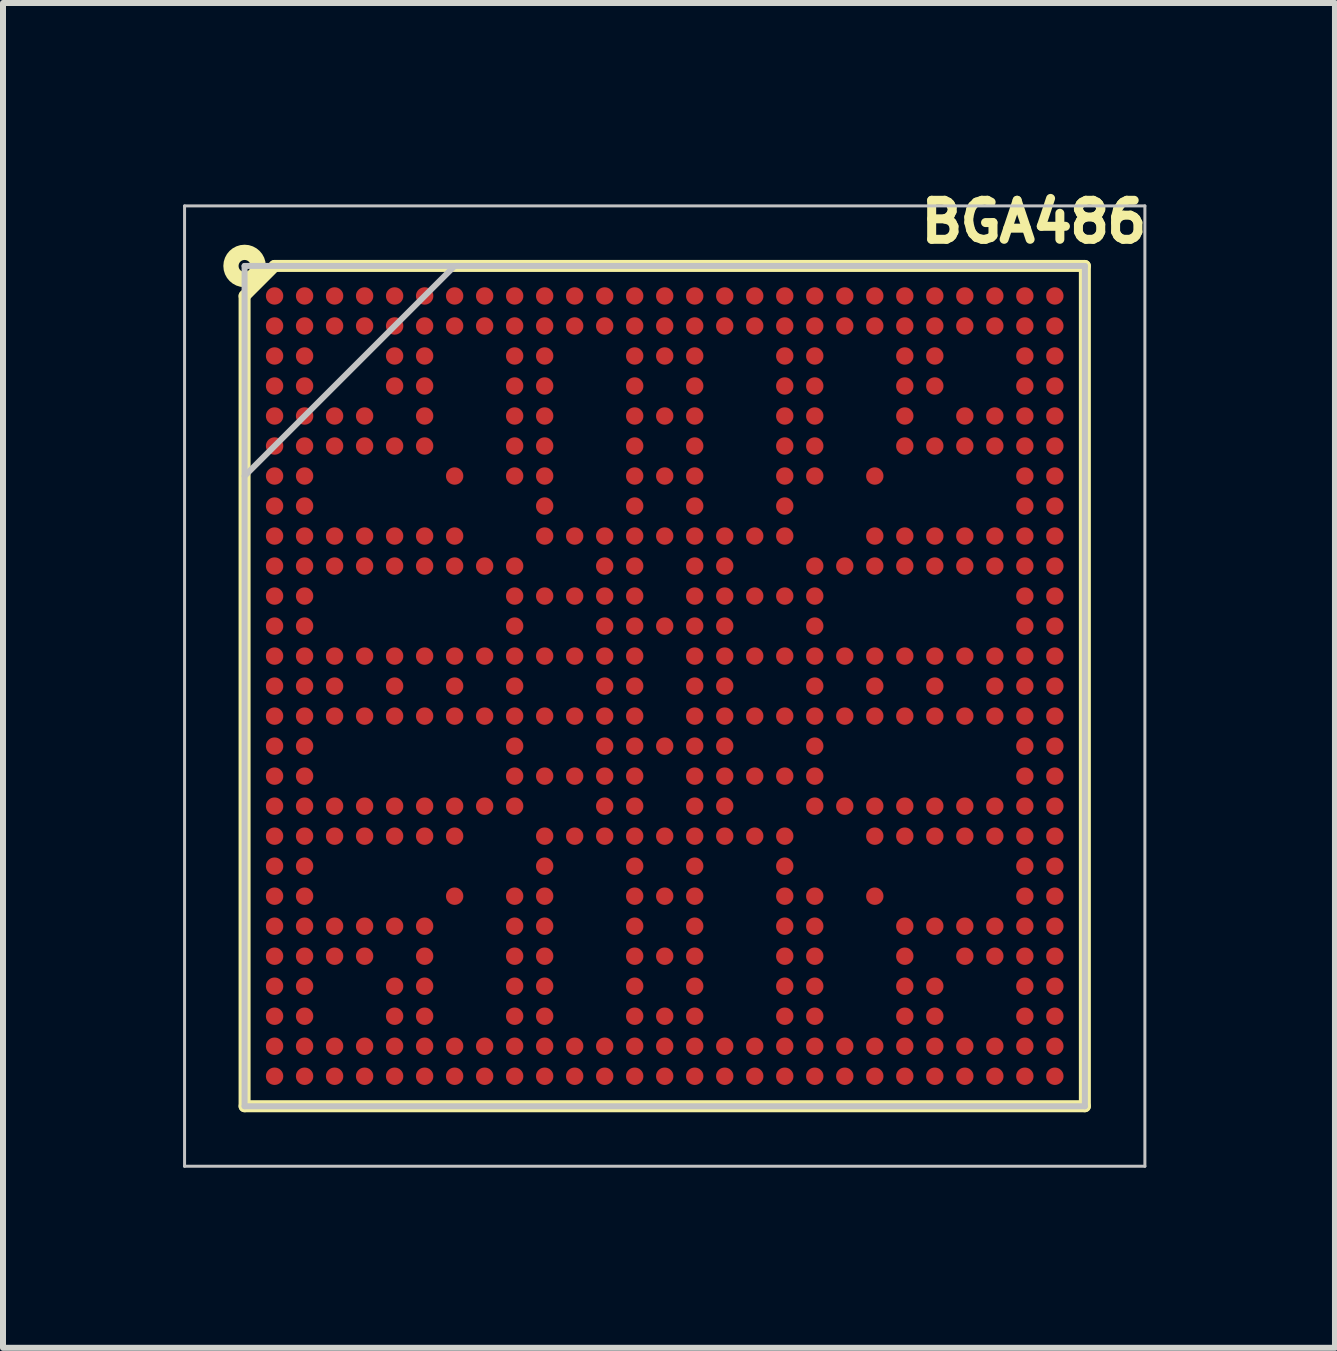
<source format=kicad_pcb>
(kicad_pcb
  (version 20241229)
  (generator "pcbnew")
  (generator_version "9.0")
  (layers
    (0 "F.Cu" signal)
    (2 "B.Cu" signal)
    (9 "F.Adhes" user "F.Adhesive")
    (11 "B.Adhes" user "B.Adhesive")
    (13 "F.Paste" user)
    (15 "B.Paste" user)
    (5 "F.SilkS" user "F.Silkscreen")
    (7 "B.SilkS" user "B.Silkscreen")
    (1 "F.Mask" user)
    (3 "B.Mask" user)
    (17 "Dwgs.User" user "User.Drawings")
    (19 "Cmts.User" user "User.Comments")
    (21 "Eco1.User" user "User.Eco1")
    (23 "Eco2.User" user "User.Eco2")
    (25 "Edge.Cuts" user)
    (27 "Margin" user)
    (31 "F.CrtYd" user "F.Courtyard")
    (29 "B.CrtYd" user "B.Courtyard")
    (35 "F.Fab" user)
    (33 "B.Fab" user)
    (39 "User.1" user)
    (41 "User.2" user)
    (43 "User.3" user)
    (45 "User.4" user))
  (footprint "BGA486"
    (layer "F.Cu")
    (at 8.025 8.381)
    (property "Reference" "BGA486" (at 6.15 -7.737 0) (layer "F.SilkS") (effects (font (size 0.65 0.65) (thickness 0.15) (bold yes))))
    (attr smd)
    (fp_line (start -7 -6.5) (end -6.5 -7) (stroke (width 0.2) (type solid)) (layer "F.SilkS"))
    (fp_line (start -7 7) (end -7 -6.5) (stroke (width 0.2) (type solid)) (layer "F.SilkS"))
    (fp_line (start -6.5 -7) (end 7 -7) (stroke (width 0.2) (type solid)) (layer "F.SilkS"))
    (fp_line (start 7 -7) (end 7 7) (stroke (width 0.2) (type solid)) (layer "F.SilkS"))
    (fp_line (start 7 7) (end -7 7) (stroke (width 0.2) (type solid)) (layer "F.SilkS"))
    (fp_circle (center -7 -7) (end -6.9 -7) (stroke (width 0.254) (type solid)) (fill no) (layer "F.SilkS"))
    (fp_line (start -8 -8) (end 8 -8) (stroke (width 0.05) (type solid)) (layer "Dwgs.User"))
    (fp_line (start -8 8) (end -8 -8) (stroke (width 0.05) (type solid)) (layer "Dwgs.User"))
    (fp_line (start -7 -7) (end 7 -7) (stroke (width 0.1) (type solid)) (layer "Dwgs.User"))
    (fp_line (start -7 -3.5) (end -3.5 -7) (stroke (width 0.1) (type solid)) (layer "Dwgs.User"))
    (fp_line (start -7 7) (end -7 -7) (stroke (width 0.1) (type solid)) (layer "Dwgs.User"))
    (fp_line (start 7 -7) (end 7 7) (stroke (width 0.1) (type solid)) (layer "Dwgs.User"))
    (fp_line (start 7 7) (end -7 7) (stroke (width 0.1) (type solid)) (layer "Dwgs.User"))
    (fp_line (start 8 -8) (end 8 8) (stroke (width 0.05) (type solid)) (layer "Dwgs.User"))
    (fp_line (start 8 8) (end -8 8) (stroke (width 0.05) (type solid)) (layer "Dwgs.User"))
    (fp_rect (start -7 -7) (end 7 7) (stroke (width 0.05) (type solid)) (fill no) (layer "F.CrtYd"))
    (pad "A1" smd circle (at -6.5 -6.5 90) (size 0.29 0.29) (layers "F.Cu" "F.Mask" "F.Paste"))
    (pad "A2" smd circle (at -6 -6.5 90) (size 0.29 0.29) (layers "F.Cu" "F.Mask" "F.Paste"))
    (pad "A3" smd circle (at -5.5 -6.5 90) (size 0.29 0.29) (layers "F.Cu" "F.Mask" "F.Paste"))
    (pad "A4" smd circle (at -5 -6.5 90) (size 0.29 0.29) (layers "F.Cu" "F.Mask" "F.Paste"))
    (pad "A5" smd circle (at -4.5 -6.5 90) (size 0.29 0.29) (layers "F.Cu" "F.Mask" "F.Paste"))
    (pad "A6" smd circle (at -4 -6.5 90) (size 0.29 0.29) (layers "F.Cu" "F.Mask" "F.Paste"))
    (pad "A7" smd circle (at -3.5 -6.5 90) (size 0.29 0.29) (layers "F.Cu" "F.Mask" "F.Paste"))
    (pad "A8" smd circle (at -3 -6.5 90) (size 0.29 0.29) (layers "F.Cu" "F.Mask" "F.Paste"))
    (pad "A9" smd circle (at -2.5 -6.5 90) (size 0.29 0.29) (layers "F.Cu" "F.Mask" "F.Paste"))
    (pad "A10" smd circle (at -2 -6.5 90) (size 0.29 0.29) (layers "F.Cu" "F.Mask" "F.Paste"))
    (pad "A11" smd circle (at -1.5 -6.5 90) (size 0.29 0.29) (layers "F.Cu" "F.Mask" "F.Paste"))
    (pad "A12" smd circle (at -1 -6.5 90) (size 0.29 0.29) (layers "F.Cu" "F.Mask" "F.Paste"))
    (pad "A13" smd circle (at -0.5 -6.5 90) (size 0.29 0.29) (layers "F.Cu" "F.Mask" "F.Paste"))
    (pad "A14" smd circle (at 0 -6.5 90) (size 0.29 0.29) (layers "F.Cu" "F.Mask" "F.Paste"))
    (pad "A15" smd circle (at 0.5 -6.5 90) (size 0.29 0.29) (layers "F.Cu" "F.Mask" "F.Paste"))
    (pad "A16" smd circle (at 1 -6.5 90) (size 0.29 0.29) (layers "F.Cu" "F.Mask" "F.Paste"))
    (pad "A17" smd circle (at 1.5 -6.5 90) (size 0.29 0.29) (layers "F.Cu" "F.Mask" "F.Paste"))
    (pad "A18" smd circle (at 2 -6.5 90) (size 0.29 0.29) (layers "F.Cu" "F.Mask" "F.Paste"))
    (pad "A19" smd circle (at 2.5 -6.5 90) (size 0.29 0.29) (layers "F.Cu" "F.Mask" "F.Paste"))
    (pad "A20" smd circle (at 3 -6.5 90) (size 0.29 0.29) (layers "F.Cu" "F.Mask" "F.Paste"))
    (pad "A21" smd circle (at 3.5 -6.5 90) (size 0.29 0.29) (layers "F.Cu" "F.Mask" "F.Paste"))
    (pad "A22" smd circle (at 4 -6.5 90) (size 0.29 0.29) (layers "F.Cu" "F.Mask" "F.Paste"))
    (pad "A23" smd circle (at 4.5 -6.5 90) (size 0.29 0.29) (layers "F.Cu" "F.Mask" "F.Paste"))
    (pad "A24" smd circle (at 5 -6.5 90) (size 0.29 0.29) (layers "F.Cu" "F.Mask" "F.Paste"))
    (pad "A25" smd circle (at 5.5 -6.5 90) (size 0.29 0.29) (layers "F.Cu" "F.Mask" "F.Paste"))
    (pad "A26" smd circle (at 6 -6.5 90) (size 0.29 0.29) (layers "F.Cu" "F.Mask" "F.Paste"))
    (pad "A27" smd circle (at 6.5 -6.5 90) (size 0.29 0.29) (layers "F.Cu" "F.Mask" "F.Paste"))
    (pad "AA1" smd circle (at -6.5 3.5 90) (size 0.29 0.29) (layers "F.Cu" "F.Mask" "F.Paste"))
    (pad "AA2" smd circle (at -6 3.5 90) (size 0.29 0.29) (layers "F.Cu" "F.Mask" "F.Paste"))
    (pad "AA7" smd circle (at -3.5 3.5 90) (size 0.29 0.29) (layers "F.Cu" "F.Mask" "F.Paste"))
    (pad "AA9" smd circle (at -2.5 3.5 90) (size 0.29 0.29) (layers "F.Cu" "F.Mask" "F.Paste"))
    (pad "AA10" smd circle (at -2 3.5 90) (size 0.29 0.29) (layers "F.Cu" "F.Mask" "F.Paste"))
    (pad "AA13" smd circle (at -0.5 3.5 90) (size 0.29 0.29) (layers "F.Cu" "F.Mask" "F.Paste"))
    (pad "AA14" smd circle (at 0 3.5 90) (size 0.29 0.29) (layers "F.Cu" "F.Mask" "F.Paste"))
    (pad "AA15" smd circle (at 0.5 3.5 90) (size 0.29 0.29) (layers "F.Cu" "F.Mask" "F.Paste"))
    (pad "AA18" smd circle (at 2 3.5 90) (size 0.29 0.29) (layers "F.Cu" "F.Mask" "F.Paste"))
    (pad "AA19" smd circle (at 2.5 3.5 90) (size 0.29 0.29) (layers "F.Cu" "F.Mask" "F.Paste"))
    (pad "AA21" smd circle (at 3.5 3.5 90) (size 0.29 0.29) (layers "F.Cu" "F.Mask" "F.Paste"))
    (pad "AA26" smd circle (at 6 3.5 90) (size 0.29 0.29) (layers "F.Cu" "F.Mask" "F.Paste"))
    (pad "AA27" smd circle (at 6.5 3.5 90) (size 0.29 0.29) (layers "F.Cu" "F.Mask" "F.Paste"))
    (pad "AB1" smd circle (at -6.5 4 90) (size 0.29 0.29) (layers "F.Cu" "F.Mask" "F.Paste"))
    (pad "AB2" smd circle (at -6 4 90) (size 0.29 0.29) (layers "F.Cu" "F.Mask" "F.Paste"))
    (pad "AB3" smd circle (at -5.5 4 90) (size 0.29 0.29) (layers "F.Cu" "F.Mask" "F.Paste"))
    (pad "AB4" smd circle (at -5 4 90) (size 0.29 0.29) (layers "F.Cu" "F.Mask" "F.Paste"))
    (pad "AB5" smd circle (at -4.5 4 90) (size 0.29 0.29) (layers "F.Cu" "F.Mask" "F.Paste"))
    (pad "AB6" smd circle (at -4 4 90) (size 0.29 0.29) (layers "F.Cu" "F.Mask" "F.Paste"))
    (pad "AB9" smd circle (at -2.5 4 90) (size 0.29 0.29) (layers "F.Cu" "F.Mask" "F.Paste"))
    (pad "AB10" smd circle (at -2 4 90) (size 0.29 0.29) (layers "F.Cu" "F.Mask" "F.Paste"))
    (pad "AB13" smd circle (at -0.5 4 90) (size 0.29 0.29) (layers "F.Cu" "F.Mask" "F.Paste"))
    (pad "AB15" smd circle (at 0.5 4 90) (size 0.29 0.29) (layers "F.Cu" "F.Mask" "F.Paste"))
    (pad "AB18" smd circle (at 2 4 90) (size 0.29 0.29) (layers "F.Cu" "F.Mask" "F.Paste"))
    (pad "AB19" smd circle (at 2.5 4 90) (size 0.29 0.29) (layers "F.Cu" "F.Mask" "F.Paste"))
    (pad "AB22" smd circle (at 4 4 90) (size 0.29 0.29) (layers "F.Cu" "F.Mask" "F.Paste"))
    (pad "AB23" smd circle (at 4.5 4 90) (size 0.29 0.29) (layers "F.Cu" "F.Mask" "F.Paste"))
    (pad "AB24" smd circle (at 5 4 90) (size 0.29 0.29) (layers "F.Cu" "F.Mask" "F.Paste"))
    (pad "AB25" smd circle (at 5.5 4 90) (size 0.29 0.29) (layers "F.Cu" "F.Mask" "F.Paste"))
    (pad "AB26" smd circle (at 6 4 90) (size 0.29 0.29) (layers "F.Cu" "F.Mask" "F.Paste"))
    (pad "AB27" smd circle (at 6.5 4 90) (size 0.29 0.29) (layers "F.Cu" "F.Mask" "F.Paste"))
    (pad "AC1" smd circle (at -6.5 4.5 90) (size 0.29 0.29) (layers "F.Cu" "F.Mask" "F.Paste"))
    (pad "AC2" smd circle (at -6 4.5 90) (size 0.29 0.29) (layers "F.Cu" "F.Mask" "F.Paste"))
    (pad "AC3" smd circle (at -5.5 4.5 90) (size 0.29 0.29) (layers "F.Cu" "F.Mask" "F.Paste"))
    (pad "AC4" smd circle (at -5 4.5 90) (size 0.29 0.29) (layers "F.Cu" "F.Mask" "F.Paste"))
    (pad "AC6" smd circle (at -4 4.5 90) (size 0.29 0.29) (layers "F.Cu" "F.Mask" "F.Paste"))
    (pad "AC9" smd circle (at -2.5 4.5 90) (size 0.29 0.29) (layers "F.Cu" "F.Mask" "F.Paste"))
    (pad "AC10" smd circle (at -2 4.5 90) (size 0.29 0.29) (layers "F.Cu" "F.Mask" "F.Paste"))
    (pad "AC13" smd circle (at -0.5 4.5 90) (size 0.29 0.29) (layers "F.Cu" "F.Mask" "F.Paste"))
    (pad "AC14" smd circle (at 0 4.5 90) (size 0.29 0.29) (layers "F.Cu" "F.Mask" "F.Paste"))
    (pad "AC15" smd circle (at 0.5 4.5 90) (size 0.29 0.29) (layers "F.Cu" "F.Mask" "F.Paste"))
    (pad "AC18" smd circle (at 2 4.5 90) (size 0.29 0.29) (layers "F.Cu" "F.Mask" "F.Paste"))
    (pad "AC19" smd circle (at 2.5 4.5 90) (size 0.29 0.29) (layers "F.Cu" "F.Mask" "F.Paste"))
    (pad "AC22" smd circle (at 4 4.5 90) (size 0.29 0.29) (layers "F.Cu" "F.Mask" "F.Paste"))
    (pad "AC24" smd circle (at 5 4.5 90) (size 0.29 0.29) (layers "F.Cu" "F.Mask" "F.Paste"))
    (pad "AC25" smd circle (at 5.5 4.5 90) (size 0.29 0.29) (layers "F.Cu" "F.Mask" "F.Paste"))
    (pad "AC26" smd circle (at 6 4.5 90) (size 0.29 0.29) (layers "F.Cu" "F.Mask" "F.Paste"))
    (pad "AC27" smd circle (at 6.5 4.5 90) (size 0.29 0.29) (layers "F.Cu" "F.Mask" "F.Paste"))
    (pad "AD1" smd circle (at -6.5 5 90) (size 0.29 0.29) (layers "F.Cu" "F.Mask" "F.Paste"))
    (pad "AD2" smd circle (at -6 5 90) (size 0.29 0.29) (layers "F.Cu" "F.Mask" "F.Paste"))
    (pad "AD5" smd circle (at -4.5 5 90) (size 0.29 0.29) (layers "F.Cu" "F.Mask" "F.Paste"))
    (pad "AD6" smd circle (at -4 5 90) (size 0.29 0.29) (layers "F.Cu" "F.Mask" "F.Paste"))
    (pad "AD9" smd circle (at -2.5 5 90) (size 0.29 0.29) (layers "F.Cu" "F.Mask" "F.Paste"))
    (pad "AD10" smd circle (at -2 5 90) (size 0.29 0.29) (layers "F.Cu" "F.Mask" "F.Paste"))
    (pad "AD13" smd circle (at -0.5 5 90) (size 0.29 0.29) (layers "F.Cu" "F.Mask" "F.Paste"))
    (pad "AD15" smd circle (at 0.5 5 90) (size 0.29 0.29) (layers "F.Cu" "F.Mask" "F.Paste"))
    (pad "AD18" smd circle (at 2 5 90) (size 0.29 0.29) (layers "F.Cu" "F.Mask" "F.Paste"))
    (pad "AD19" smd circle (at 2.5 5 90) (size 0.29 0.29) (layers "F.Cu" "F.Mask" "F.Paste"))
    (pad "AD22" smd circle (at 4 5 90) (size 0.29 0.29) (layers "F.Cu" "F.Mask" "F.Paste"))
    (pad "AD23" smd circle (at 4.5 5 90) (size 0.29 0.29) (layers "F.Cu" "F.Mask" "F.Paste"))
    (pad "AD26" smd circle (at 6 5 90) (size 0.29 0.29) (layers "F.Cu" "F.Mask" "F.Paste"))
    (pad "AD27" smd circle (at 6.5 5 90) (size 0.29 0.29) (layers "F.Cu" "F.Mask" "F.Paste"))
    (pad "AE1" smd circle (at -6.5 5.5 90) (size 0.29 0.29) (layers "F.Cu" "F.Mask" "F.Paste"))
    (pad "AE2" smd circle (at -6 5.5 90) (size 0.29 0.29) (layers "F.Cu" "F.Mask" "F.Paste"))
    (pad "AE5" smd circle (at -4.5 5.5 90) (size 0.29 0.29) (layers "F.Cu" "F.Mask" "F.Paste"))
    (pad "AE6" smd circle (at -4 5.5 90) (size 0.29 0.29) (layers "F.Cu" "F.Mask" "F.Paste"))
    (pad "AE9" smd circle (at -2.5 5.5 90) (size 0.29 0.29) (layers "F.Cu" "F.Mask" "F.Paste"))
    (pad "AE10" smd circle (at -2 5.5 90) (size 0.29 0.29) (layers "F.Cu" "F.Mask" "F.Paste"))
    (pad "AE13" smd circle (at -0.5 5.5 90) (size 0.29 0.29) (layers "F.Cu" "F.Mask" "F.Paste"))
    (pad "AE14" smd circle (at 0 5.5 90) (size 0.29 0.29) (layers "F.Cu" "F.Mask" "F.Paste"))
    (pad "AE15" smd circle (at 0.5 5.5 90) (size 0.29 0.29) (layers "F.Cu" "F.Mask" "F.Paste"))
    (pad "AE18" smd circle (at 2 5.5 90) (size 0.29 0.29) (layers "F.Cu" "F.Mask" "F.Paste"))
    (pad "AE19" smd circle (at 2.5 5.5 90) (size 0.29 0.29) (layers "F.Cu" "F.Mask" "F.Paste"))
    (pad "AE22" smd circle (at 4 5.5 90) (size 0.29 0.29) (layers "F.Cu" "F.Mask" "F.Paste"))
    (pad "AE23" smd circle (at 4.5 5.5 90) (size 0.29 0.29) (layers "F.Cu" "F.Mask" "F.Paste"))
    (pad "AE26" smd circle (at 6 5.5 90) (size 0.29 0.29) (layers "F.Cu" "F.Mask" "F.Paste"))
    (pad "AE27" smd circle (at 6.5 5.5 90) (size 0.29 0.29) (layers "F.Cu" "F.Mask" "F.Paste"))
    (pad "AF1" smd circle (at -6.5 6 90) (size 0.29 0.29) (layers "F.Cu" "F.Mask" "F.Paste"))
    (pad "AF2" smd circle (at -6 6 90) (size 0.29 0.29) (layers "F.Cu" "F.Mask" "F.Paste"))
    (pad "AF3" smd circle (at -5.5 6 90) (size 0.29 0.29) (layers "F.Cu" "F.Mask" "F.Paste"))
    (pad "AF4" smd circle (at -5 6 90) (size 0.29 0.29) (layers "F.Cu" "F.Mask" "F.Paste"))
    (pad "AF5" smd circle (at -4.5 6 90) (size 0.29 0.29) (layers "F.Cu" "F.Mask" "F.Paste"))
    (pad "AF6" smd circle (at -4 6 90) (size 0.29 0.29) (layers "F.Cu" "F.Mask" "F.Paste"))
    (pad "AF7" smd circle (at -3.5 6 90) (size 0.29 0.29) (layers "F.Cu" "F.Mask" "F.Paste"))
    (pad "AF8" smd circle (at -3 6 90) (size 0.29 0.29) (layers "F.Cu" "F.Mask" "F.Paste"))
    (pad "AF9" smd circle (at -2.5 6 90) (size 0.29 0.29) (layers "F.Cu" "F.Mask" "F.Paste"))
    (pad "AF10" smd circle (at -2 6 90) (size 0.29 0.29) (layers "F.Cu" "F.Mask" "F.Paste"))
    (pad "AF11" smd circle (at -1.5 6 90) (size 0.29 0.29) (layers "F.Cu" "F.Mask" "F.Paste"))
    (pad "AF12" smd circle (at -1 6 90) (size 0.29 0.29) (layers "F.Cu" "F.Mask" "F.Paste"))
    (pad "AF13" smd circle (at -0.5 6 90) (size 0.29 0.29) (layers "F.Cu" "F.Mask" "F.Paste"))
    (pad "AF14" smd circle (at 0 6 90) (size 0.29 0.29) (layers "F.Cu" "F.Mask" "F.Paste"))
    (pad "AF15" smd circle (at 0.5 6 90) (size 0.29 0.29) (layers "F.Cu" "F.Mask" "F.Paste"))
    (pad "AF16" smd circle (at 1 6 90) (size 0.29 0.29) (layers "F.Cu" "F.Mask" "F.Paste"))
    (pad "AF17" smd circle (at 1.5 6 90) (size 0.29 0.29) (layers "F.Cu" "F.Mask" "F.Paste"))
    (pad "AF18" smd circle (at 2 6 90) (size 0.29 0.29) (layers "F.Cu" "F.Mask" "F.Paste"))
    (pad "AF19" smd circle (at 2.5 6 90) (size 0.29 0.29) (layers "F.Cu" "F.Mask" "F.Paste"))
    (pad "AF20" smd circle (at 3 6 90) (size 0.29 0.29) (layers "F.Cu" "F.Mask" "F.Paste"))
    (pad "AF21" smd circle (at 3.5 6 90) (size 0.29 0.29) (layers "F.Cu" "F.Mask" "F.Paste"))
    (pad "AF22" smd circle (at 4 6 90) (size 0.29 0.29) (layers "F.Cu" "F.Mask" "F.Paste"))
    (pad "AF23" smd circle (at 4.5 6 90) (size 0.29 0.29) (layers "F.Cu" "F.Mask" "F.Paste"))
    (pad "AF24" smd circle (at 5 6 90) (size 0.29 0.29) (layers "F.Cu" "F.Mask" "F.Paste"))
    (pad "AF25" smd circle (at 5.5 6 90) (size 0.29 0.29) (layers "F.Cu" "F.Mask" "F.Paste"))
    (pad "AF26" smd circle (at 6 6 90) (size 0.29 0.29) (layers "F.Cu" "F.Mask" "F.Paste"))
    (pad "AF27" smd circle (at 6.5 6 90) (size 0.29 0.29) (layers "F.Cu" "F.Mask" "F.Paste"))
    (pad "AG1" smd circle (at -6.5 6.5 90) (size 0.29 0.29) (layers "F.Cu" "F.Mask" "F.Paste"))
    (pad "AG2" smd circle (at -6 6.5 90) (size 0.29 0.29) (layers "F.Cu" "F.Mask" "F.Paste"))
    (pad "AG3" smd circle (at -5.5 6.5 90) (size 0.29 0.29) (layers "F.Cu" "F.Mask" "F.Paste"))
    (pad "AG4" smd circle (at -5 6.5 90) (size 0.29 0.29) (layers "F.Cu" "F.Mask" "F.Paste"))
    (pad "AG5" smd circle (at -4.5 6.5 90) (size 0.29 0.29) (layers "F.Cu" "F.Mask" "F.Paste"))
    (pad "AG6" smd circle (at -4 6.5 90) (size 0.29 0.29) (layers "F.Cu" "F.Mask" "F.Paste"))
    (pad "AG7" smd circle (at -3.5 6.5 90) (size 0.29 0.29) (layers "F.Cu" "F.Mask" "F.Paste"))
    (pad "AG8" smd circle (at -3 6.5 90) (size 0.29 0.29) (layers "F.Cu" "F.Mask" "F.Paste"))
    (pad "AG9" smd circle (at -2.5 6.5 90) (size 0.29 0.29) (layers "F.Cu" "F.Mask" "F.Paste"))
    (pad "AG10" smd circle (at -2 6.5 90) (size 0.29 0.29) (layers "F.Cu" "F.Mask" "F.Paste"))
    (pad "AG11" smd circle (at -1.5 6.5 90) (size 0.29 0.29) (layers "F.Cu" "F.Mask" "F.Paste"))
    (pad "AG12" smd circle (at -1 6.5 90) (size 0.29 0.29) (layers "F.Cu" "F.Mask" "F.Paste"))
    (pad "AG13" smd circle (at -0.5 6.5 90) (size 0.29 0.29) (layers "F.Cu" "F.Mask" "F.Paste"))
    (pad "AG14" smd circle (at 0 6.5 90) (size 0.29 0.29) (layers "F.Cu" "F.Mask" "F.Paste"))
    (pad "AG15" smd circle (at 0.5 6.5 90) (size 0.29 0.29) (layers "F.Cu" "F.Mask" "F.Paste"))
    (pad "AG16" smd circle (at 1 6.5 90) (size 0.29 0.29) (layers "F.Cu" "F.Mask" "F.Paste"))
    (pad "AG17" smd circle (at 1.5 6.5 90) (size 0.29 0.29) (layers "F.Cu" "F.Mask" "F.Paste"))
    (pad "AG18" smd circle (at 2 6.5 90) (size 0.29 0.29) (layers "F.Cu" "F.Mask" "F.Paste"))
    (pad "AG19" smd circle (at 2.5 6.5 90) (size 0.29 0.29) (layers "F.Cu" "F.Mask" "F.Paste"))
    (pad "AG20" smd circle (at 3 6.5 90) (size 0.29 0.29) (layers "F.Cu" "F.Mask" "F.Paste"))
    (pad "AG21" smd circle (at 3.5 6.5 90) (size 0.29 0.29) (layers "F.Cu" "F.Mask" "F.Paste"))
    (pad "AG22" smd circle (at 4 6.5 90) (size 0.29 0.29) (layers "F.Cu" "F.Mask" "F.Paste"))
    (pad "AG23" smd circle (at 4.5 6.5 90) (size 0.29 0.29) (layers "F.Cu" "F.Mask" "F.Paste"))
    (pad "AG24" smd circle (at 5 6.5 90) (size 0.29 0.29) (layers "F.Cu" "F.Mask" "F.Paste"))
    (pad "AG25" smd circle (at 5.5 6.5 90) (size 0.29 0.29) (layers "F.Cu" "F.Mask" "F.Paste"))
    (pad "AG26" smd circle (at 6 6.5 90) (size 0.29 0.29) (layers "F.Cu" "F.Mask" "F.Paste"))
    (pad "AG27" smd circle (at 6.5 6.5 90) (size 0.29 0.29) (layers "F.Cu" "F.Mask" "F.Paste"))
    (pad "B1" smd circle (at -6.5 -6 90) (size 0.29 0.29) (layers "F.Cu" "F.Mask" "F.Paste"))
    (pad "B2" smd circle (at -6 -6 90) (size 0.29 0.29) (layers "F.Cu" "F.Mask" "F.Paste"))
    (pad "B3" smd circle (at -5.5 -6 90) (size 0.29 0.29) (layers "F.Cu" "F.Mask" "F.Paste"))
    (pad "B4" smd circle (at -5 -6 90) (size 0.29 0.29) (layers "F.Cu" "F.Mask" "F.Paste"))
    (pad "B5" smd circle (at -4.5 -6 90) (size 0.29 0.29) (layers "F.Cu" "F.Mask" "F.Paste"))
    (pad "B6" smd circle (at -4 -6 90) (size 0.29 0.29) (layers "F.Cu" "F.Mask" "F.Paste"))
    (pad "B7" smd circle (at -3.5 -6 90) (size 0.29 0.29) (layers "F.Cu" "F.Mask" "F.Paste"))
    (pad "B8" smd circle (at -3 -6 90) (size 0.29 0.29) (layers "F.Cu" "F.Mask" "F.Paste"))
    (pad "B9" smd circle (at -2.5 -6 90) (size 0.29 0.29) (layers "F.Cu" "F.Mask" "F.Paste"))
    (pad "B10" smd circle (at -2 -6 90) (size 0.29 0.29) (layers "F.Cu" "F.Mask" "F.Paste"))
    (pad "B11" smd circle (at -1.5 -6 90) (size 0.29 0.29) (layers "F.Cu" "F.Mask" "F.Paste"))
    (pad "B12" smd circle (at -1 -6 90) (size 0.29 0.29) (layers "F.Cu" "F.Mask" "F.Paste"))
    (pad "B13" smd circle (at -0.5 -6 90) (size 0.29 0.29) (layers "F.Cu" "F.Mask" "F.Paste"))
    (pad "B14" smd circle (at 0 -6 90) (size 0.29 0.29) (layers "F.Cu" "F.Mask" "F.Paste"))
    (pad "B15" smd circle (at 0.5 -6 90) (size 0.29 0.29) (layers "F.Cu" "F.Mask" "F.Paste"))
    (pad "B16" smd circle (at 1 -6 90) (size 0.29 0.29) (layers "F.Cu" "F.Mask" "F.Paste"))
    (pad "B17" smd circle (at 1.5 -6 90) (size 0.29 0.29) (layers "F.Cu" "F.Mask" "F.Paste"))
    (pad "B18" smd circle (at 2 -6 90) (size 0.29 0.29) (layers "F.Cu" "F.Mask" "F.Paste"))
    (pad "B19" smd circle (at 2.5 -6 90) (size 0.29 0.29) (layers "F.Cu" "F.Mask" "F.Paste"))
    (pad "B20" smd circle (at 3 -6 90) (size 0.29 0.29) (layers "F.Cu" "F.Mask" "F.Paste"))
    (pad "B21" smd circle (at 3.5 -6 90) (size 0.29 0.29) (layers "F.Cu" "F.Mask" "F.Paste"))
    (pad "B22" smd circle (at 4 -6 90) (size 0.29 0.29) (layers "F.Cu" "F.Mask" "F.Paste"))
    (pad "B23" smd circle (at 4.5 -6 90) (size 0.29 0.29) (layers "F.Cu" "F.Mask" "F.Paste"))
    (pad "B24" smd circle (at 5 -6 90) (size 0.29 0.29) (layers "F.Cu" "F.Mask" "F.Paste"))
    (pad "B25" smd circle (at 5.5 -6 90) (size 0.29 0.29) (layers "F.Cu" "F.Mask" "F.Paste"))
    (pad "B26" smd circle (at 6 -6 90) (size 0.29 0.29) (layers "F.Cu" "F.Mask" "F.Paste"))
    (pad "B27" smd circle (at 6.5 -6 90) (size 0.29 0.29) (layers "F.Cu" "F.Mask" "F.Paste"))
    (pad "C1" smd circle (at -6.5 -5.5 90) (size 0.29 0.29) (layers "F.Cu" "F.Mask" "F.Paste"))
    (pad "C2" smd circle (at -6 -5.5 90) (size 0.29 0.29) (layers "F.Cu" "F.Mask" "F.Paste"))
    (pad "C5" smd circle (at -4.5 -5.5 90) (size 0.29 0.29) (layers "F.Cu" "F.Mask" "F.Paste"))
    (pad "C6" smd circle (at -4 -5.5 90) (size 0.29 0.29) (layers "F.Cu" "F.Mask" "F.Paste"))
    (pad "C9" smd circle (at -2.5 -5.5 90) (size 0.29 0.29) (layers "F.Cu" "F.Mask" "F.Paste"))
    (pad "C10" smd circle (at -2 -5.5 90) (size 0.29 0.29) (layers "F.Cu" "F.Mask" "F.Paste"))
    (pad "C13" smd circle (at -0.5 -5.5 90) (size 0.29 0.29) (layers "F.Cu" "F.Mask" "F.Paste"))
    (pad "C14" smd circle (at 0 -5.5 90) (size 0.29 0.29) (layers "F.Cu" "F.Mask" "F.Paste"))
    (pad "C15" smd circle (at 0.5 -5.5 90) (size 0.29 0.29) (layers "F.Cu" "F.Mask" "F.Paste"))
    (pad "C18" smd circle (at 2 -5.5 90) (size 0.29 0.29) (layers "F.Cu" "F.Mask" "F.Paste"))
    (pad "C19" smd circle (at 2.5 -5.5 90) (size 0.29 0.29) (layers "F.Cu" "F.Mask" "F.Paste"))
    (pad "C22" smd circle (at 4 -5.5 90) (size 0.29 0.29) (layers "F.Cu" "F.Mask" "F.Paste"))
    (pad "C23" smd circle (at 4.5 -5.5 90) (size 0.29 0.29) (layers "F.Cu" "F.Mask" "F.Paste"))
    (pad "C26" smd circle (at 6 -5.5 90) (size 0.29 0.29) (layers "F.Cu" "F.Mask" "F.Paste"))
    (pad "C27" smd circle (at 6.5 -5.5 90) (size 0.29 0.29) (layers "F.Cu" "F.Mask" "F.Paste"))
    (pad "D1" smd circle (at -6.5 -5 90) (size 0.29 0.29) (layers "F.Cu" "F.Mask" "F.Paste"))
    (pad "D2" smd circle (at -6 -5 90) (size 0.29 0.29) (layers "F.Cu" "F.Mask" "F.Paste"))
    (pad "D5" smd circle (at -4.5 -5 90) (size 0.29 0.29) (layers "F.Cu" "F.Mask" "F.Paste"))
    (pad "D6" smd circle (at -4 -5 90) (size 0.29 0.29) (layers "F.Cu" "F.Mask" "F.Paste"))
    (pad "D9" smd circle (at -2.5 -5 90) (size 0.29 0.29) (layers "F.Cu" "F.Mask" "F.Paste"))
    (pad "D10" smd circle (at -2 -5 90) (size 0.29 0.29) (layers "F.Cu" "F.Mask" "F.Paste"))
    (pad "D13" smd circle (at -0.5 -5 90) (size 0.29 0.29) (layers "F.Cu" "F.Mask" "F.Paste"))
    (pad "D15" smd circle (at 0.5 -5 90) (size 0.29 0.29) (layers "F.Cu" "F.Mask" "F.Paste"))
    (pad "D18" smd circle (at 2 -5 90) (size 0.29 0.29) (layers "F.Cu" "F.Mask" "F.Paste"))
    (pad "D19" smd circle (at 2.5 -5 90) (size 0.29 0.29) (layers "F.Cu" "F.Mask" "F.Paste"))
    (pad "D22" smd circle (at 4 -5 90) (size 0.29 0.29) (layers "F.Cu" "F.Mask" "F.Paste"))
    (pad "D23" smd circle (at 4.5 -5 90) (size 0.29 0.29) (layers "F.Cu" "F.Mask" "F.Paste"))
    (pad "D26" smd circle (at 6 -5 90) (size 0.29 0.29) (layers "F.Cu" "F.Mask" "F.Paste"))
    (pad "D27" smd circle (at 6.5 -5 90) (size 0.29 0.29) (layers "F.Cu" "F.Mask" "F.Paste"))
    (pad "E1" smd circle (at -6.5 -4.5 90) (size 0.29 0.29) (layers "F.Cu" "F.Mask" "F.Paste"))
    (pad "E2" smd circle (at -6 -4.5 90) (size 0.29 0.29) (layers "F.Cu" "F.Mask" "F.Paste"))
    (pad "E3" smd circle (at -5.5 -4.5 90) (size 0.29 0.29) (layers "F.Cu" "F.Mask" "F.Paste"))
    (pad "E4" smd circle (at -5 -4.5 90) (size 0.29 0.29) (layers "F.Cu" "F.Mask" "F.Paste"))
    (pad "E6" smd circle (at -4 -4.5 90) (size 0.29 0.29) (layers "F.Cu" "F.Mask" "F.Paste"))
    (pad "E9" smd circle (at -2.5 -4.5 90) (size 0.29 0.29) (layers "F.Cu" "F.Mask" "F.Paste"))
    (pad "E10" smd circle (at -2 -4.5 90) (size 0.29 0.29) (layers "F.Cu" "F.Mask" "F.Paste"))
    (pad "E13" smd circle (at -0.5 -4.5 90) (size 0.29 0.29) (layers "F.Cu" "F.Mask" "F.Paste"))
    (pad "E14" smd circle (at 0 -4.5 90) (size 0.29 0.29) (layers "F.Cu" "F.Mask" "F.Paste"))
    (pad "E15" smd circle (at 0.5 -4.5 90) (size 0.29 0.29) (layers "F.Cu" "F.Mask" "F.Paste"))
    (pad "E18" smd circle (at 2 -4.5 90) (size 0.29 0.29) (layers "F.Cu" "F.Mask" "F.Paste"))
    (pad "E19" smd circle (at 2.5 -4.5 90) (size 0.29 0.29) (layers "F.Cu" "F.Mask" "F.Paste"))
    (pad "E22" smd circle (at 4 -4.5 90) (size 0.29 0.29) (layers "F.Cu" "F.Mask" "F.Paste"))
    (pad "E24" smd circle (at 5 -4.5 90) (size 0.29 0.29) (layers "F.Cu" "F.Mask" "F.Paste"))
    (pad "E25" smd circle (at 5.5 -4.5 90) (size 0.29 0.29) (layers "F.Cu" "F.Mask" "F.Paste"))
    (pad "E26" smd circle (at 6 -4.5 90) (size 0.29 0.29) (layers "F.Cu" "F.Mask" "F.Paste"))
    (pad "E27" smd circle (at 6.5 -4.5 90) (size 0.29 0.29) (layers "F.Cu" "F.Mask" "F.Paste"))
    (pad "F1" smd circle (at -6.5 -4 90) (size 0.29 0.29) (layers "F.Cu" "F.Mask" "F.Paste"))
    (pad "F2" smd circle (at -6 -4 90) (size 0.29 0.29) (layers "F.Cu" "F.Mask" "F.Paste"))
    (pad "F3" smd circle (at -5.5 -4 90) (size 0.29 0.29) (layers "F.Cu" "F.Mask" "F.Paste"))
    (pad "F4" smd circle (at -5 -4 90) (size 0.29 0.29) (layers "F.Cu" "F.Mask" "F.Paste"))
    (pad "F5" smd circle (at -4.5 -4 90) (size 0.29 0.29) (layers "F.Cu" "F.Mask" "F.Paste"))
    (pad "F6" smd circle (at -4 -4 90) (size 0.29 0.29) (layers "F.Cu" "F.Mask" "F.Paste"))
    (pad "F9" smd circle (at -2.5 -4 90) (size 0.29 0.29) (layers "F.Cu" "F.Mask" "F.Paste"))
    (pad "F10" smd circle (at -2 -4 90) (size 0.29 0.29) (layers "F.Cu" "F.Mask" "F.Paste"))
    (pad "F13" smd circle (at -0.5 -4 90) (size 0.29 0.29) (layers "F.Cu" "F.Mask" "F.Paste"))
    (pad "F15" smd circle (at 0.5 -4 90) (size 0.29 0.29) (layers "F.Cu" "F.Mask" "F.Paste"))
    (pad "F18" smd circle (at 2 -4 90) (size 0.29 0.29) (layers "F.Cu" "F.Mask" "F.Paste"))
    (pad "F19" smd circle (at 2.5 -4 90) (size 0.29 0.29) (layers "F.Cu" "F.Mask" "F.Paste"))
    (pad "F22" smd circle (at 4 -4 90) (size 0.29 0.29) (layers "F.Cu" "F.Mask" "F.Paste"))
    (pad "F23" smd circle (at 4.5 -4 90) (size 0.29 0.29) (layers "F.Cu" "F.Mask" "F.Paste"))
    (pad "F24" smd circle (at 5 -4 90) (size 0.29 0.29) (layers "F.Cu" "F.Mask" "F.Paste"))
    (pad "F25" smd circle (at 5.5 -4 90) (size 0.29 0.29) (layers "F.Cu" "F.Mask" "F.Paste"))
    (pad "F26" smd circle (at 6 -4 90) (size 0.29 0.29) (layers "F.Cu" "F.Mask" "F.Paste"))
    (pad "F27" smd circle (at 6.5 -4 90) (size 0.29 0.29) (layers "F.Cu" "F.Mask" "F.Paste"))
    (pad "G1" smd circle (at -6.5 -3.5 90) (size 0.29 0.29) (layers "F.Cu" "F.Mask" "F.Paste"))
    (pad "G2" smd circle (at -6 -3.5 90) (size 0.29 0.29) (layers "F.Cu" "F.Mask" "F.Paste"))
    (pad "G7" smd circle (at -3.5 -3.5 90) (size 0.29 0.29) (layers "F.Cu" "F.Mask" "F.Paste"))
    (pad "G9" smd circle (at -2.5 -3.5 90) (size 0.29 0.29) (layers "F.Cu" "F.Mask" "F.Paste"))
    (pad "G10" smd circle (at -2 -3.5 90) (size 0.29 0.29) (layers "F.Cu" "F.Mask" "F.Paste"))
    (pad "G13" smd circle (at -0.5 -3.5 90) (size 0.29 0.29) (layers "F.Cu" "F.Mask" "F.Paste"))
    (pad "G14" smd circle (at 0 -3.5 90) (size 0.29 0.29) (layers "F.Cu" "F.Mask" "F.Paste"))
    (pad "G15" smd circle (at 0.5 -3.5 90) (size 0.29 0.29) (layers "F.Cu" "F.Mask" "F.Paste"))
    (pad "G18" smd circle (at 2 -3.5 90) (size 0.29 0.29) (layers "F.Cu" "F.Mask" "F.Paste"))
    (pad "G19" smd circle (at 2.5 -3.5 90) (size 0.29 0.29) (layers "F.Cu" "F.Mask" "F.Paste"))
    (pad "G21" smd circle (at 3.5 -3.5 90) (size 0.29 0.29) (layers "F.Cu" "F.Mask" "F.Paste"))
    (pad "G26" smd circle (at 6 -3.5 90) (size 0.29 0.29) (layers "F.Cu" "F.Mask" "F.Paste"))
    (pad "G27" smd circle (at 6.5 -3.5 90) (size 0.29 0.29) (layers "F.Cu" "F.Mask" "F.Paste"))
    (pad "H1" smd circle (at -6.5 -3 90) (size 0.29 0.29) (layers "F.Cu" "F.Mask" "F.Paste"))
    (pad "H2" smd circle (at -6 -3 90) (size 0.29 0.29) (layers "F.Cu" "F.Mask" "F.Paste"))
    (pad "H10" smd circle (at -2 -3 90) (size 0.29 0.29) (layers "F.Cu" "F.Mask" "F.Paste"))
    (pad "H13" smd circle (at -0.5 -3 90) (size 0.29 0.29) (layers "F.Cu" "F.Mask" "F.Paste"))
    (pad "H15" smd circle (at 0.5 -3 90) (size 0.29 0.29) (layers "F.Cu" "F.Mask" "F.Paste"))
    (pad "H18" smd circle (at 2 -3 90) (size 0.29 0.29) (layers "F.Cu" "F.Mask" "F.Paste"))
    (pad "H26" smd circle (at 6 -3 90) (size 0.29 0.29) (layers "F.Cu" "F.Mask" "F.Paste"))
    (pad "H27" smd circle (at 6.5 -3 90) (size 0.29 0.29) (layers "F.Cu" "F.Mask" "F.Paste"))
    (pad "J1" smd circle (at -6.5 -2.5 90) (size 0.29 0.29) (layers "F.Cu" "F.Mask" "F.Paste"))
    (pad "J2" smd circle (at -6 -2.5 90) (size 0.29 0.29) (layers "F.Cu" "F.Mask" "F.Paste"))
    (pad "J3" smd circle (at -5.5 -2.5 90) (size 0.29 0.29) (layers "F.Cu" "F.Mask" "F.Paste"))
    (pad "J4" smd circle (at -5 -2.5 90) (size 0.29 0.29) (layers "F.Cu" "F.Mask" "F.Paste"))
    (pad "J5" smd circle (at -4.5 -2.5 90) (size 0.29 0.29) (layers "F.Cu" "F.Mask" "F.Paste"))
    (pad "J6" smd circle (at -4 -2.5 90) (size 0.29 0.29) (layers "F.Cu" "F.Mask" "F.Paste"))
    (pad "J7" smd circle (at -3.5 -2.5 90) (size 0.29 0.29) (layers "F.Cu" "F.Mask" "F.Paste"))
    (pad "J10" smd circle (at -2 -2.5 90) (size 0.29 0.29) (layers "F.Cu" "F.Mask" "F.Paste"))
    (pad "J11" smd circle (at -1.5 -2.5 90) (size 0.29 0.29) (layers "F.Cu" "F.Mask" "F.Paste"))
    (pad "J12" smd circle (at -1 -2.5 90) (size 0.29 0.29) (layers "F.Cu" "F.Mask" "F.Paste"))
    (pad "J13" smd circle (at -0.5 -2.5 90) (size 0.29 0.29) (layers "F.Cu" "F.Mask" "F.Paste"))
    (pad "J14" smd circle (at 0 -2.5 90) (size 0.29 0.29) (layers "F.Cu" "F.Mask" "F.Paste"))
    (pad "J15" smd circle (at 0.5 -2.5 90) (size 0.29 0.29) (layers "F.Cu" "F.Mask" "F.Paste"))
    (pad "J16" smd circle (at 1 -2.5 90) (size 0.29 0.29) (layers "F.Cu" "F.Mask" "F.Paste"))
    (pad "J17" smd circle (at 1.5 -2.5 90) (size 0.29 0.29) (layers "F.Cu" "F.Mask" "F.Paste"))
    (pad "J18" smd circle (at 2 -2.5 90) (size 0.29 0.29) (layers "F.Cu" "F.Mask" "F.Paste"))
    (pad "J21" smd circle (at 3.5 -2.5 90) (size 0.29 0.29) (layers "F.Cu" "F.Mask" "F.Paste"))
    (pad "J22" smd circle (at 4 -2.5 90) (size 0.29 0.29) (layers "F.Cu" "F.Mask" "F.Paste"))
    (pad "J23" smd circle (at 4.5 -2.5 90) (size 0.29 0.29) (layers "F.Cu" "F.Mask" "F.Paste"))
    (pad "J24" smd circle (at 5 -2.5 90) (size 0.29 0.29) (layers "F.Cu" "F.Mask" "F.Paste"))
    (pad "J25" smd circle (at 5.5 -2.5 90) (size 0.29 0.29) (layers "F.Cu" "F.Mask" "F.Paste"))
    (pad "J26" smd circle (at 6 -2.5 90) (size 0.29 0.29) (layers "F.Cu" "F.Mask" "F.Paste"))
    (pad "J27" smd circle (at 6.5 -2.5 90) (size 0.29 0.29) (layers "F.Cu" "F.Mask" "F.Paste"))
    (pad "K1" smd circle (at -6.5 -2 90) (size 0.29 0.29) (layers "F.Cu" "F.Mask" "F.Paste"))
    (pad "K2" smd circle (at -6 -2 90) (size 0.29 0.29) (layers "F.Cu" "F.Mask" "F.Paste"))
    (pad "K3" smd circle (at -5.5 -2 90) (size 0.29 0.29) (layers "F.Cu" "F.Mask" "F.Paste"))
    (pad "K4" smd circle (at -5 -2 90) (size 0.29 0.29) (layers "F.Cu" "F.Mask" "F.Paste"))
    (pad "K5" smd circle (at -4.5 -2 90) (size 0.29 0.29) (layers "F.Cu" "F.Mask" "F.Paste"))
    (pad "K6" smd circle (at -4 -2 90) (size 0.29 0.29) (layers "F.Cu" "F.Mask" "F.Paste"))
    (pad "K7" smd circle (at -3.5 -2 90) (size 0.29 0.29) (layers "F.Cu" "F.Mask" "F.Paste"))
    (pad "K8" smd circle (at -3 -2 90) (size 0.29 0.29) (layers "F.Cu" "F.Mask" "F.Paste"))
    (pad "K9" smd circle (at -2.5 -2 90) (size 0.29 0.29) (layers "F.Cu" "F.Mask" "F.Paste"))
    (pad "K12" smd circle (at -1 -2 90) (size 0.29 0.29) (layers "F.Cu" "F.Mask" "F.Paste"))
    (pad "K13" smd circle (at -0.5 -2 90) (size 0.29 0.29) (layers "F.Cu" "F.Mask" "F.Paste"))
    (pad "K15" smd circle (at 0.5 -2 90) (size 0.29 0.29) (layers "F.Cu" "F.Mask" "F.Paste"))
    (pad "K16" smd circle (at 1 -2 90) (size 0.29 0.29) (layers "F.Cu" "F.Mask" "F.Paste"))
    (pad "K19" smd circle (at 2.5 -2 90) (size 0.29 0.29) (layers "F.Cu" "F.Mask" "F.Paste"))
    (pad "K20" smd circle (at 3 -2 90) (size 0.29 0.29) (layers "F.Cu" "F.Mask" "F.Paste"))
    (pad "K21" smd circle (at 3.5 -2 90) (size 0.29 0.29) (layers "F.Cu" "F.Mask" "F.Paste"))
    (pad "K22" smd circle (at 4 -2 90) (size 0.29 0.29) (layers "F.Cu" "F.Mask" "F.Paste"))
    (pad "K23" smd circle (at 4.5 -2 90) (size 0.29 0.29) (layers "F.Cu" "F.Mask" "F.Paste"))
    (pad "K24" smd circle (at 5 -2 90) (size 0.29 0.29) (layers "F.Cu" "F.Mask" "F.Paste"))
    (pad "K25" smd circle (at 5.5 -2 90) (size 0.29 0.29) (layers "F.Cu" "F.Mask" "F.Paste"))
    (pad "K26" smd circle (at 6 -2 90) (size 0.29 0.29) (layers "F.Cu" "F.Mask" "F.Paste"))
    (pad "K27" smd circle (at 6.5 -2 90) (size 0.29 0.29) (layers "F.Cu" "F.Mask" "F.Paste"))
    (pad "L1" smd circle (at -6.5 -1.5 90) (size 0.29 0.29) (layers "F.Cu" "F.Mask" "F.Paste"))
    (pad "L2" smd circle (at -6 -1.5 90) (size 0.29 0.29) (layers "F.Cu" "F.Mask" "F.Paste"))
    (pad "L9" smd circle (at -2.5 -1.5 90) (size 0.29 0.29) (layers "F.Cu" "F.Mask" "F.Paste"))
    (pad "L10" smd circle (at -2 -1.5 90) (size 0.29 0.29) (layers "F.Cu" "F.Mask" "F.Paste"))
    (pad "L11" smd circle (at -1.5 -1.5 90) (size 0.29 0.29) (layers "F.Cu" "F.Mask" "F.Paste"))
    (pad "L12" smd circle (at -1 -1.5 90) (size 0.29 0.29) (layers "F.Cu" "F.Mask" "F.Paste"))
    (pad "L13" smd circle (at -0.5 -1.5 90) (size 0.29 0.29) (layers "F.Cu" "F.Mask" "F.Paste"))
    (pad "L15" smd circle (at 0.5 -1.5 90) (size 0.29 0.29) (layers "F.Cu" "F.Mask" "F.Paste"))
    (pad "L16" smd circle (at 1 -1.5 90) (size 0.29 0.29) (layers "F.Cu" "F.Mask" "F.Paste"))
    (pad "L17" smd circle (at 1.5 -1.5 90) (size 0.29 0.29) (layers "F.Cu" "F.Mask" "F.Paste"))
    (pad "L18" smd circle (at 2 -1.5 90) (size 0.29 0.29) (layers "F.Cu" "F.Mask" "F.Paste"))
    (pad "L19" smd circle (at 2.5 -1.5 90) (size 0.29 0.29) (layers "F.Cu" "F.Mask" "F.Paste"))
    (pad "L26" smd circle (at 6 -1.5 90) (size 0.29 0.29) (layers "F.Cu" "F.Mask" "F.Paste"))
    (pad "L27" smd circle (at 6.5 -1.5 90) (size 0.29 0.29) (layers "F.Cu" "F.Mask" "F.Paste"))
    (pad "M1" smd circle (at -6.5 -1 90) (size 0.29 0.29) (layers "F.Cu" "F.Mask" "F.Paste"))
    (pad "M2" smd circle (at -6 -1 90) (size 0.29 0.29) (layers "F.Cu" "F.Mask" "F.Paste"))
    (pad "M9" smd circle (at -2.5 -1 90) (size 0.29 0.29) (layers "F.Cu" "F.Mask" "F.Paste"))
    (pad "M12" smd circle (at -1 -1 90) (size 0.29 0.29) (layers "F.Cu" "F.Mask" "F.Paste"))
    (pad "M13" smd circle (at -0.5 -1 90) (size 0.29 0.29) (layers "F.Cu" "F.Mask" "F.Paste"))
    (pad "M14" smd circle (at 0 -1 90) (size 0.29 0.29) (layers "F.Cu" "F.Mask" "F.Paste"))
    (pad "M15" smd circle (at 0.5 -1 90) (size 0.29 0.29) (layers "F.Cu" "F.Mask" "F.Paste"))
    (pad "M16" smd circle (at 1 -1 90) (size 0.29 0.29) (layers "F.Cu" "F.Mask" "F.Paste"))
    (pad "M19" smd circle (at 2.5 -1 90) (size 0.29 0.29) (layers "F.Cu" "F.Mask" "F.Paste"))
    (pad "M26" smd circle (at 6 -1 90) (size 0.29 0.29) (layers "F.Cu" "F.Mask" "F.Paste"))
    (pad "M27" smd circle (at 6.5 -1 90) (size 0.29 0.29) (layers "F.Cu" "F.Mask" "F.Paste"))
    (pad "N1" smd circle (at -6.5 -0.5 90) (size 0.29 0.29) (layers "F.Cu" "F.Mask" "F.Paste"))
    (pad "N2" smd circle (at -6 -0.5 90) (size 0.29 0.29) (layers "F.Cu" "F.Mask" "F.Paste"))
    (pad "N3" smd circle (at -5.5 -0.5 90) (size 0.29 0.29) (layers "F.Cu" "F.Mask" "F.Paste"))
    (pad "N4" smd circle (at -5 -0.5 90) (size 0.29 0.29) (layers "F.Cu" "F.Mask" "F.Paste"))
    (pad "N5" smd circle (at -4.5 -0.5 90) (size 0.29 0.29) (layers "F.Cu" "F.Mask" "F.Paste"))
    (pad "N6" smd circle (at -4 -0.5 90) (size 0.29 0.29) (layers "F.Cu" "F.Mask" "F.Paste"))
    (pad "N7" smd circle (at -3.5 -0.5 90) (size 0.29 0.29) (layers "F.Cu" "F.Mask" "F.Paste"))
    (pad "N8" smd circle (at -3 -0.5 90) (size 0.29 0.29) (layers "F.Cu" "F.Mask" "F.Paste"))
    (pad "N9" smd circle (at -2.5 -0.5 90) (size 0.29 0.29) (layers "F.Cu" "F.Mask" "F.Paste"))
    (pad "N10" smd circle (at -2 -0.5 90) (size 0.29 0.29) (layers "F.Cu" "F.Mask" "F.Paste"))
    (pad "N11" smd circle (at -1.5 -0.5 90) (size 0.29 0.29) (layers "F.Cu" "F.Mask" "F.Paste"))
    (pad "N12" smd circle (at -1 -0.5 90) (size 0.29 0.29) (layers "F.Cu" "F.Mask" "F.Paste"))
    (pad "N13" smd circle (at -0.5 -0.5 90) (size 0.29 0.29) (layers "F.Cu" "F.Mask" "F.Paste"))
    (pad "N15" smd circle (at 0.5 -0.5 90) (size 0.29 0.29) (layers "F.Cu" "F.Mask" "F.Paste"))
    (pad "N16" smd circle (at 1 -0.5 90) (size 0.29 0.29) (layers "F.Cu" "F.Mask" "F.Paste"))
    (pad "N17" smd circle (at 1.5 -0.5 90) (size 0.29 0.29) (layers "F.Cu" "F.Mask" "F.Paste"))
    (pad "N18" smd circle (at 2 -0.5 90) (size 0.29 0.29) (layers "F.Cu" "F.Mask" "F.Paste"))
    (pad "N19" smd circle (at 2.5 -0.5 90) (size 0.29 0.29) (layers "F.Cu" "F.Mask" "F.Paste"))
    (pad "N20" smd circle (at 3 -0.5 90) (size 0.29 0.29) (layers "F.Cu" "F.Mask" "F.Paste"))
    (pad "N21" smd circle (at 3.5 -0.5 90) (size 0.29 0.29) (layers "F.Cu" "F.Mask" "F.Paste"))
    (pad "N22" smd circle (at 4 -0.5 90) (size 0.29 0.29) (layers "F.Cu" "F.Mask" "F.Paste"))
    (pad "N23" smd circle (at 4.5 -0.5 90) (size 0.29 0.29) (layers "F.Cu" "F.Mask" "F.Paste"))
    (pad "N24" smd circle (at 5 -0.5 90) (size 0.29 0.29) (layers "F.Cu" "F.Mask" "F.Paste"))
    (pad "N25" smd circle (at 5.5 -0.5 90) (size 0.29 0.29) (layers "F.Cu" "F.Mask" "F.Paste"))
    (pad "N26" smd circle (at 6 -0.5 90) (size 0.29 0.29) (layers "F.Cu" "F.Mask" "F.Paste"))
    (pad "N27" smd circle (at 6.5 -0.5 90) (size 0.29 0.29) (layers "F.Cu" "F.Mask" "F.Paste"))
    (pad "P1" smd circle (at -6.5 0 90) (size 0.29 0.29) (layers "F.Cu" "F.Mask" "F.Paste"))
    (pad "P2" smd circle (at -6 0 90) (size 0.29 0.29) (layers "F.Cu" "F.Mask" "F.Paste"))
    (pad "P3" smd circle (at -5.5 0 90) (size 0.29 0.29) (layers "F.Cu" "F.Mask" "F.Paste"))
    (pad "P5" smd circle (at -4.5 0 90) (size 0.29 0.29) (layers "F.Cu" "F.Mask" "F.Paste"))
    (pad "P7" smd circle (at -3.5 0 90) (size 0.29 0.29) (layers "F.Cu" "F.Mask" "F.Paste"))
    (pad "P9" smd circle (at -2.5 0 90) (size 0.29 0.29) (layers "F.Cu" "F.Mask" "F.Paste"))
    (pad "P12" smd circle (at -1 0 90) (size 0.29 0.29) (layers "F.Cu" "F.Mask" "F.Paste"))
    (pad "P13" smd circle (at -0.5 0 90) (size 0.29 0.29) (layers "F.Cu" "F.Mask" "F.Paste"))
    (pad "P15" smd circle (at 0.5 0 90) (size 0.29 0.29) (layers "F.Cu" "F.Mask" "F.Paste"))
    (pad "P16" smd circle (at 1 0 90) (size 0.29 0.29) (layers "F.Cu" "F.Mask" "F.Paste"))
    (pad "P19" smd circle (at 2.5 0 90) (size 0.29 0.29) (layers "F.Cu" "F.Mask" "F.Paste"))
    (pad "P21" smd circle (at 3.5 0 90) (size 0.29 0.29) (layers "F.Cu" "F.Mask" "F.Paste"))
    (pad "P23" smd circle (at 4.5 0 90) (size 0.29 0.29) (layers "F.Cu" "F.Mask" "F.Paste"))
    (pad "P25" smd circle (at 5.5 0 90) (size 0.29 0.29) (layers "F.Cu" "F.Mask" "F.Paste"))
    (pad "P26" smd circle (at 6 0 90) (size 0.29 0.29) (layers "F.Cu" "F.Mask" "F.Paste"))
    (pad "P27" smd circle (at 6.5 0 90) (size 0.29 0.29) (layers "F.Cu" "F.Mask" "F.Paste"))
    (pad "R1" smd circle (at -6.5 0.5 90) (size 0.29 0.29) (layers "F.Cu" "F.Mask" "F.Paste"))
    (pad "R2" smd circle (at -6 0.5 90) (size 0.29 0.29) (layers "F.Cu" "F.Mask" "F.Paste"))
    (pad "R3" smd circle (at -5.5 0.5 90) (size 0.29 0.29) (layers "F.Cu" "F.Mask" "F.Paste"))
    (pad "R4" smd circle (at -5 0.5 90) (size 0.29 0.29) (layers "F.Cu" "F.Mask" "F.Paste"))
    (pad "R5" smd circle (at -4.5 0.5 90) (size 0.29 0.29) (layers "F.Cu" "F.Mask" "F.Paste"))
    (pad "R6" smd circle (at -4 0.5 90) (size 0.29 0.29) (layers "F.Cu" "F.Mask" "F.Paste"))
    (pad "R7" smd circle (at -3.5 0.5 90) (size 0.29 0.29) (layers "F.Cu" "F.Mask" "F.Paste"))
    (pad "R8" smd circle (at -3 0.5 90) (size 0.29 0.29) (layers "F.Cu" "F.Mask" "F.Paste"))
    (pad "R9" smd circle (at -2.5 0.5 90) (size 0.29 0.29) (layers "F.Cu" "F.Mask" "F.Paste"))
    (pad "R10" smd circle (at -2 0.5 90) (size 0.29 0.29) (layers "F.Cu" "F.Mask" "F.Paste"))
    (pad "R11" smd circle (at -1.5 0.5 90) (size 0.29 0.29) (layers "F.Cu" "F.Mask" "F.Paste"))
    (pad "R12" smd circle (at -1 0.5 90) (size 0.29 0.29) (layers "F.Cu" "F.Mask" "F.Paste"))
    (pad "R13" smd circle (at -0.5 0.5 90) (size 0.29 0.29) (layers "F.Cu" "F.Mask" "F.Paste"))
    (pad "R15" smd circle (at 0.5 0.5 90) (size 0.29 0.29) (layers "F.Cu" "F.Mask" "F.Paste"))
    (pad "R16" smd circle (at 1 0.5 90) (size 0.29 0.29) (layers "F.Cu" "F.Mask" "F.Paste"))
    (pad "R17" smd circle (at 1.5 0.5 90) (size 0.29 0.29) (layers "F.Cu" "F.Mask" "F.Paste"))
    (pad "R18" smd circle (at 2 0.5 90) (size 0.29 0.29) (layers "F.Cu" "F.Mask" "F.Paste"))
    (pad "R19" smd circle (at 2.5 0.5 90) (size 0.29 0.29) (layers "F.Cu" "F.Mask" "F.Paste"))
    (pad "R20" smd circle (at 3 0.5 90) (size 0.29 0.29) (layers "F.Cu" "F.Mask" "F.Paste"))
    (pad "R21" smd circle (at 3.5 0.5 90) (size 0.29 0.29) (layers "F.Cu" "F.Mask" "F.Paste"))
    (pad "R22" smd circle (at 4 0.5 90) (size 0.29 0.29) (layers "F.Cu" "F.Mask" "F.Paste"))
    (pad "R23" smd circle (at 4.5 0.5 90) (size 0.29 0.29) (layers "F.Cu" "F.Mask" "F.Paste"))
    (pad "R24" smd circle (at 5 0.5 90) (size 0.29 0.29) (layers "F.Cu" "F.Mask" "F.Paste"))
    (pad "R25" smd circle (at 5.5 0.5 90) (size 0.29 0.29) (layers "F.Cu" "F.Mask" "F.Paste"))
    (pad "R26" smd circle (at 6 0.5 90) (size 0.29 0.29) (layers "F.Cu" "F.Mask" "F.Paste"))
    (pad "R27" smd circle (at 6.5 0.5 90) (size 0.29 0.29) (layers "F.Cu" "F.Mask" "F.Paste"))
    (pad "T1" smd circle (at -6.5 1 90) (size 0.29 0.29) (layers "F.Cu" "F.Mask" "F.Paste"))
    (pad "T2" smd circle (at -6 1 90) (size 0.29 0.29) (layers "F.Cu" "F.Mask" "F.Paste"))
    (pad "T9" smd circle (at -2.5 1 90) (size 0.29 0.29) (layers "F.Cu" "F.Mask" "F.Paste"))
    (pad "T12" smd circle (at -1 1 90) (size 0.29 0.29) (layers "F.Cu" "F.Mask" "F.Paste"))
    (pad "T13" smd circle (at -0.5 1 90) (size 0.29 0.29) (layers "F.Cu" "F.Mask" "F.Paste"))
    (pad "T14" smd circle (at 0 1 90) (size 0.29 0.29) (layers "F.Cu" "F.Mask" "F.Paste"))
    (pad "T15" smd circle (at 0.5 1 90) (size 0.29 0.29) (layers "F.Cu" "F.Mask" "F.Paste"))
    (pad "T16" smd circle (at 1 1 90) (size 0.29 0.29) (layers "F.Cu" "F.Mask" "F.Paste"))
    (pad "T19" smd circle (at 2.5 1 90) (size 0.29 0.29) (layers "F.Cu" "F.Mask" "F.Paste"))
    (pad "T26" smd circle (at 6 1 90) (size 0.29 0.29) (layers "F.Cu" "F.Mask" "F.Paste"))
    (pad "T27" smd circle (at 6.5 1 90) (size 0.29 0.29) (layers "F.Cu" "F.Mask" "F.Paste"))
    (pad "U1" smd circle (at -6.5 1.5 90) (size 0.29 0.29) (layers "F.Cu" "F.Mask" "F.Paste"))
    (pad "U2" smd circle (at -6 1.5 90) (size 0.29 0.29) (layers "F.Cu" "F.Mask" "F.Paste"))
    (pad "U9" smd circle (at -2.5 1.5 90) (size 0.29 0.29) (layers "F.Cu" "F.Mask" "F.Paste"))
    (pad "U10" smd circle (at -2 1.5 90) (size 0.29 0.29) (layers "F.Cu" "F.Mask" "F.Paste"))
    (pad "U11" smd circle (at -1.5 1.5 90) (size 0.29 0.29) (layers "F.Cu" "F.Mask" "F.Paste"))
    (pad "U12" smd circle (at -1 1.5 90) (size 0.29 0.29) (layers "F.Cu" "F.Mask" "F.Paste"))
    (pad "U13" smd circle (at -0.5 1.5 90) (size 0.29 0.29) (layers "F.Cu" "F.Mask" "F.Paste"))
    (pad "U15" smd circle (at 0.5 1.5 90) (size 0.29 0.29) (layers "F.Cu" "F.Mask" "F.Paste"))
    (pad "U16" smd circle (at 1 1.5 90) (size 0.29 0.29) (layers "F.Cu" "F.Mask" "F.Paste"))
    (pad "U17" smd circle (at 1.5 1.5 90) (size 0.29 0.29) (layers "F.Cu" "F.Mask" "F.Paste"))
    (pad "U18" smd circle (at 2 1.5 90) (size 0.29 0.29) (layers "F.Cu" "F.Mask" "F.Paste"))
    (pad "U19" smd circle (at 2.5 1.5 90) (size 0.29 0.29) (layers "F.Cu" "F.Mask" "F.Paste"))
    (pad "U26" smd circle (at 6 1.5 90) (size 0.29 0.29) (layers "F.Cu" "F.Mask" "F.Paste"))
    (pad "U27" smd circle (at 6.5 1.5 90) (size 0.29 0.29) (layers "F.Cu" "F.Mask" "F.Paste"))
    (pad "V1" smd circle (at -6.5 2 90) (size 0.29 0.29) (layers "F.Cu" "F.Mask" "F.Paste"))
    (pad "V2" smd circle (at -6 2 90) (size 0.29 0.29) (layers "F.Cu" "F.Mask" "F.Paste"))
    (pad "V3" smd circle (at -5.5 2 90) (size 0.29 0.29) (layers "F.Cu" "F.Mask" "F.Paste"))
    (pad "V4" smd circle (at -5 2 90) (size 0.29 0.29) (layers "F.Cu" "F.Mask" "F.Paste"))
    (pad "V5" smd circle (at -4.5 2 90) (size 0.29 0.29) (layers "F.Cu" "F.Mask" "F.Paste"))
    (pad "V6" smd circle (at -4 2 90) (size 0.29 0.29) (layers "F.Cu" "F.Mask" "F.Paste"))
    (pad "V7" smd circle (at -3.5 2 90) (size 0.29 0.29) (layers "F.Cu" "F.Mask" "F.Paste"))
    (pad "V8" smd circle (at -3 2 90) (size 0.29 0.29) (layers "F.Cu" "F.Mask" "F.Paste"))
    (pad "V9" smd circle (at -2.5 2 90) (size 0.29 0.29) (layers "F.Cu" "F.Mask" "F.Paste"))
    (pad "V12" smd circle (at -1 2 90) (size 0.29 0.29) (layers "F.Cu" "F.Mask" "F.Paste"))
    (pad "V13" smd circle (at -0.5 2 90) (size 0.29 0.29) (layers "F.Cu" "F.Mask" "F.Paste"))
    (pad "V15" smd circle (at 0.5 2 90) (size 0.29 0.29) (layers "F.Cu" "F.Mask" "F.Paste"))
    (pad "V16" smd circle (at 1 2 90) (size 0.29 0.29) (layers "F.Cu" "F.Mask" "F.Paste"))
    (pad "V19" smd circle (at 2.5 2 90) (size 0.29 0.29) (layers "F.Cu" "F.Mask" "F.Paste"))
    (pad "V20" smd circle (at 3 2 90) (size 0.29 0.29) (layers "F.Cu" "F.Mask" "F.Paste"))
    (pad "V21" smd circle (at 3.5 2 90) (size 0.29 0.29) (layers "F.Cu" "F.Mask" "F.Paste"))
    (pad "V22" smd circle (at 4 2 90) (size 0.29 0.29) (layers "F.Cu" "F.Mask" "F.Paste"))
    (pad "V23" smd circle (at 4.5 2 90) (size 0.29 0.29) (layers "F.Cu" "F.Mask" "F.Paste"))
    (pad "V24" smd circle (at 5 2 90) (size 0.29 0.29) (layers "F.Cu" "F.Mask" "F.Paste"))
    (pad "V25" smd circle (at 5.5 2 90) (size 0.29 0.29) (layers "F.Cu" "F.Mask" "F.Paste"))
    (pad "V26" smd circle (at 6 2 90) (size 0.29 0.29) (layers "F.Cu" "F.Mask" "F.Paste"))
    (pad "V27" smd circle (at 6.5 2 90) (size 0.29 0.29) (layers "F.Cu" "F.Mask" "F.Paste"))
    (pad "W1" smd circle (at -6.5 2.5 90) (size 0.29 0.29) (layers "F.Cu" "F.Mask" "F.Paste"))
    (pad "W2" smd circle (at -6 2.5 90) (size 0.29 0.29) (layers "F.Cu" "F.Mask" "F.Paste"))
    (pad "W3" smd circle (at -5.5 2.5 90) (size 0.29 0.29) (layers "F.Cu" "F.Mask" "F.Paste"))
    (pad "W4" smd circle (at -5 2.5 90) (size 0.29 0.29) (layers "F.Cu" "F.Mask" "F.Paste"))
    (pad "W5" smd circle (at -4.5 2.5 90) (size 0.29 0.29) (layers "F.Cu" "F.Mask" "F.Paste"))
    (pad "W6" smd circle (at -4 2.5 90) (size 0.29 0.29) (layers "F.Cu" "F.Mask" "F.Paste"))
    (pad "W7" smd circle (at -3.5 2.5 90) (size 0.29 0.29) (layers "F.Cu" "F.Mask" "F.Paste"))
    (pad "W10" smd circle (at -2 2.5 90) (size 0.29 0.29) (layers "F.Cu" "F.Mask" "F.Paste"))
    (pad "W11" smd circle (at -1.5 2.5 90) (size 0.29 0.29) (layers "F.Cu" "F.Mask" "F.Paste"))
    (pad "W12" smd circle (at -1 2.5 90) (size 0.29 0.29) (layers "F.Cu" "F.Mask" "F.Paste"))
    (pad "W13" smd circle (at -0.5 2.5 90) (size 0.29 0.29) (layers "F.Cu" "F.Mask" "F.Paste"))
    (pad "W14" smd circle (at 0 2.5 90) (size 0.29 0.29) (layers "F.Cu" "F.Mask" "F.Paste"))
    (pad "W15" smd circle (at 0.5 2.5 90) (size 0.29 0.29) (layers "F.Cu" "F.Mask" "F.Paste"))
    (pad "W16" smd circle (at 1 2.5 90) (size 0.29 0.29) (layers "F.Cu" "F.Mask" "F.Paste"))
    (pad "W17" smd circle (at 1.5 2.5 90) (size 0.29 0.29) (layers "F.Cu" "F.Mask" "F.Paste"))
    (pad "W18" smd circle (at 2 2.5 90) (size 0.29 0.29) (layers "F.Cu" "F.Mask" "F.Paste"))
    (pad "W21" smd circle (at 3.5 2.5 90) (size 0.29 0.29) (layers "F.Cu" "F.Mask" "F.Paste"))
    (pad "W22" smd circle (at 4 2.5 90) (size 0.29 0.29) (layers "F.Cu" "F.Mask" "F.Paste"))
    (pad "W23" smd circle (at 4.5 2.5 90) (size 0.29 0.29) (layers "F.Cu" "F.Mask" "F.Paste"))
    (pad "W24" smd circle (at 5 2.5 90) (size 0.29 0.29) (layers "F.Cu" "F.Mask" "F.Paste"))
    (pad "W25" smd circle (at 5.5 2.5 90) (size 0.29 0.29) (layers "F.Cu" "F.Mask" "F.Paste"))
    (pad "W26" smd circle (at 6 2.5 90) (size 0.29 0.29) (layers "F.Cu" "F.Mask" "F.Paste"))
    (pad "W27" smd circle (at 6.5 2.5 90) (size 0.29 0.29) (layers "F.Cu" "F.Mask" "F.Paste"))
    (pad "Y1" smd circle (at -6.5 3 90) (size 0.29 0.29) (layers "F.Cu" "F.Mask" "F.Paste"))
    (pad "Y2" smd circle (at -6 3 90) (size 0.29 0.29) (layers "F.Cu" "F.Mask" "F.Paste"))
    (pad "Y10" smd circle (at -2 3 90) (size 0.29 0.29) (layers "F.Cu" "F.Mask" "F.Paste"))
    (pad "Y13" smd circle (at -0.5 3 90) (size 0.29 0.29) (layers "F.Cu" "F.Mask" "F.Paste"))
    (pad "Y15" smd circle (at 0.5 3 90) (size 0.29 0.29) (layers "F.Cu" "F.Mask" "F.Paste"))
    (pad "Y18" smd circle (at 2 3 90) (size 0.29 0.29) (layers "F.Cu" "F.Mask" "F.Paste"))
    (pad "Y26" smd circle (at 6 3 90) (size 0.29 0.29) (layers "F.Cu" "F.Mask" "F.Paste"))
    (pad "Y27" smd circle (at 6.5 3 90) (size 0.29 0.29) (layers "F.Cu" "F.Mask" "F.Paste")))
  (gr_rect
    (start -3 -3)
    (end 19.192 19.406)
    (stroke (width 0.1) (type default))
    (fill no)
    (layer "Edge.Cuts")))
</source>
